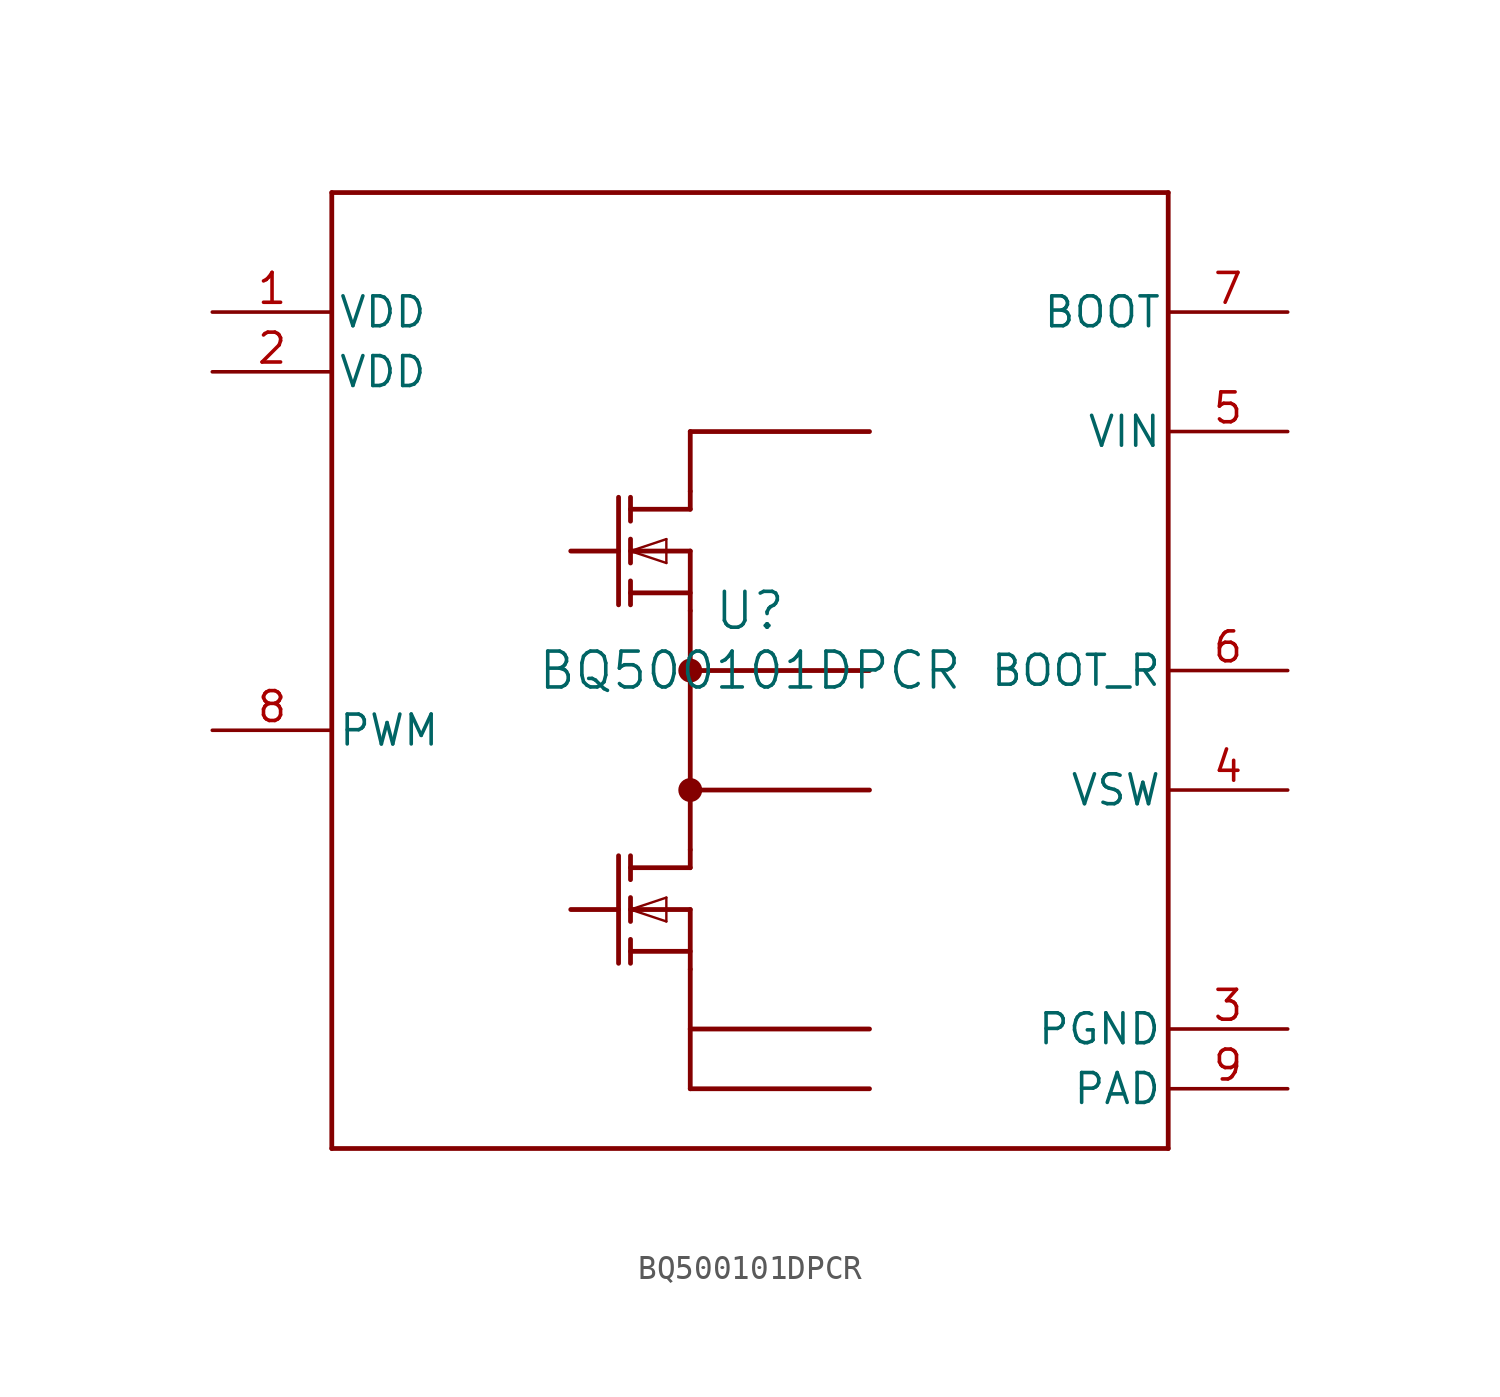
<source format=kicad_sym>
(kicad_symbol_lib
  (version 20211014)
  (generator kicad_symbol_editor)
  (symbol "BQ500101DPCR"
    (pin_names
      (offset 0.254))
    (property "Reference" "U"
      (at 0 2.54 0)
      (effects (font (size 1.524 1.524))))
    (property "Value" "BQ500101DPCR"
      (at 0 0 0)
      (effects (font (size 1.524 1.524))))
    (symbol "BQ500101DPCR_0_1"
      (polyline (pts (xy -17.78 -20.32) (xy 17.78 -20.32)) (stroke (width 0.203) (type default) (color 0 0 0 0)) (fill (type none)))
      (polyline (pts (xy 17.78 -20.32) (xy 17.78 20.32)) (stroke (width 0.203) (type default) (color 0 0 0 0)) (fill (type none)))
      (polyline (pts (xy 17.78 20.32) (xy -17.78 20.32)) (stroke (width 0.203) (type default) (color 0 0 0 0)) (fill (type none)))
      (polyline (pts (xy -17.78 20.32) (xy -17.78 -20.32)) (stroke (width 0.203) (type default) (color 0 0 0 0)) (fill (type none)))
      (polyline (pts (xy -2.54 6.858) (xy -5.08 6.858)) (stroke (width 0.203) (type default) (color 0 0 0 0)) (fill (type none)))
      (polyline (pts (xy -2.54 5.08) (xy -5.08 5.08)) (stroke (width 0.203) (type default) (color 0 0 0 0)) (fill (type none)))
      (polyline (pts (xy -2.54 3.302) (xy -5.08 3.302)) (stroke (width 0.203) (type default) (color 0 0 0 0)) (fill (type none)))
      (polyline (pts (xy -2.54 5.08) (xy -2.54 2.54)) (stroke (width 0.203) (type default) (color 0 0 0 0)) (fill (type none)))
      (polyline (pts (xy -5.588 7.366) (xy -5.588 2.794)) (stroke (width 0.203) (type default) (color 0 0 0 0)) (fill (type none)))
      (polyline (pts (xy -5.08 7.366) (xy -5.08 6.35)) (stroke (width 0.203) (type default) (color 0 0 0 0)) (fill (type none)))
      (polyline (pts (xy -5.08 4.572) (xy -5.08 5.588)) (stroke (width 0.203) (type default) (color 0 0 0 0)) (fill (type none)))
      (polyline (pts (xy -5.08 2.794) (xy -5.08 3.81)) (stroke (width 0.203) (type default) (color 0 0 0 0)) (fill (type none)))
      (polyline (pts (xy -7.62 5.08) (xy -5.588 5.08)) (stroke (width 0.203) (type default) (color 0 0 0 0)) (fill (type none)))
      (polyline (pts (xy -5.08 5.08) (xy -3.556 4.572)) (stroke (width 0.102) (type default) (color 0 0 0 0)) (fill (type none)))
      (polyline (pts (xy -3.556 4.572) (xy -3.556 5.588)) (stroke (width 0.102) (type default) (color 0 0 0 0)) (fill (type none)))
      (polyline (pts (xy -3.556 5.588) (xy -5.08 5.08)) (stroke (width 0.102) (type default) (color 0 0 0 0)) (fill (type none)))
      (polyline (pts (xy -2.54 6.858) (xy -2.54 7.62)) (stroke (width 0.203) (type default) (color 0 0 0 0)) (fill (type none)))
      (polyline (pts (xy -2.54 -8.382) (xy -5.08 -8.382)) (stroke (width 0.203) (type default) (color 0 0 0 0)) (fill (type none)))
      (polyline (pts (xy -2.54 -10.16) (xy -5.08 -10.16)) (stroke (width 0.203) (type default) (color 0 0 0 0)) (fill (type none)))
      (polyline (pts (xy -2.54 -11.938) (xy -5.08 -11.938)) (stroke (width 0.203) (type default) (color 0 0 0 0)) (fill (type none)))
      (polyline (pts (xy -2.54 -10.16) (xy -2.54 -12.7)) (stroke (width 0.203) (type default) (color 0 0 0 0)) (fill (type none)))
      (polyline (pts (xy -5.588 -7.874) (xy -5.588 -12.446)) (stroke (width 0.203) (type default) (color 0 0 0 0)) (fill (type none)))
      (polyline (pts (xy -5.08 -7.874) (xy -5.08 -8.89)) (stroke (width 0.203) (type default) (color 0 0 0 0)) (fill (type none)))
      (polyline (pts (xy -5.08 -10.668) (xy -5.08 -9.652)) (stroke (width 0.203) (type default) (color 0 0 0 0)) (fill (type none)))
      (polyline (pts (xy -5.08 -12.446) (xy -5.08 -11.43)) (stroke (width 0.203) (type default) (color 0 0 0 0)) (fill (type none)))
      (polyline (pts (xy -7.62 -10.16) (xy -5.588 -10.16)) (stroke (width 0.203) (type default) (color 0 0 0 0)) (fill (type none)))
      (polyline (pts (xy -5.08 -10.16) (xy -3.556 -10.668)) (stroke (width 0.102) (type default) (color 0 0 0 0)) (fill (type none)))
      (polyline (pts (xy -3.556 -10.668) (xy -3.556 -9.652)) (stroke (width 0.102) (type default) (color 0 0 0 0)) (fill (type none)))
      (polyline (pts (xy -3.556 -9.652) (xy -5.08 -10.16)) (stroke (width 0.102) (type default) (color 0 0 0 0)) (fill (type none)))
      (polyline (pts (xy -2.54 -8.382) (xy -2.54 -7.62)) (stroke (width 0.203) (type default) (color 0 0 0 0)) (fill (type none)))
      (polyline (pts (xy -2.54 -7.62) (xy -2.54 2.54)) (stroke (width 0.203) (type default) (color 0 0 0 0)) (fill (type none)))
      (polyline (pts (xy 5.08 10.16) (xy -2.54 10.16)) (stroke (width 0.203) (type default) (color 0 0 0 0)) (fill (type none)))
      (polyline (pts (xy -2.54 10.16) (xy -2.54 7.62)) (stroke (width 0.203) (type default) (color 0 0 0 0)) (fill (type none)))
      (polyline (pts (xy -2.54 0) (xy 5.08 0)) (stroke (width 0.203) (type default) (color 0 0 0 0)) (fill (type none)))
      (polyline (pts (xy -2.54 -5.08) (xy 5.08 -5.08)) (stroke (width 0.203) (type default) (color 0 0 0 0)) (fill (type none)))
      (polyline (pts (xy -2.54 -12.7) (xy -2.54 -15.24)) (stroke (width 0.203) (type default) (color 0 0 0 0)) (fill (type none)))
      (polyline (pts (xy -2.54 -15.24) (xy 5.08 -15.24)) (stroke (width 0.203) (type default) (color 0 0 0 0)) (fill (type none)))
      (polyline (pts (xy -2.54 -15.24) (xy -2.54 -17.78)) (stroke (width 0.203) (type default) (color 0 0 0 0)) (fill (type none)))
      (polyline (pts (xy -2.54 -17.78) (xy 5.08 -17.78)) (stroke (width 0.203) (type default) (color 0 0 0 0)) (fill (type none)))
      (circle (center -2.54 0) (radius 0.254) (stroke (width 0.508) (type default) (color 0 0 0 0)) (fill (type none)))
      (circle (center -2.54 -5.08) (radius 0.254) (stroke (width 0.508) (type default) (color 0 0 0 0)) (fill (type none)))
      (pin power_in line (at -22.86 15.24 0) (length 5.08) (name "VDD" (effects (font (size 1.27 1.27)))) (number "1" (effects (font (size 1.27 1.27)))))
      (pin power_in line (at -22.86 12.7 0) (length 5.08) (name "VDD" (effects (font (size 1.27 1.27)))) (number "2" (effects (font (size 1.27 1.27)))))
      (pin power_in line (at 22.86 -15.24 180) (length 5.08) (name "PGND" (effects (font (size 1.27 1.27)))) (number "3" (effects (font (size 1.27 1.27)))))
      (pin power_in line (at 22.86 -5.08 180) (length 5.08) (name "VSW" (effects (font (size 1.27 1.27)))) (number "4" (effects (font (size 1.27 1.27)))))
      (pin power_in line (at 22.86 10.16 180) (length 5.08) (name "VIN" (effects (font (size 1.27 1.27)))) (number "5" (effects (font (size 1.27 1.27)))))
      (pin power_in line (at 22.86 0 180) (length 5.08) (name "BOOT_R" (effects (font (size 1.27 1.27)))) (number "6" (effects (font (size 1.27 1.27)))))
      (pin power_in line (at 22.86 15.24 180) (length 5.08) (name "BOOT" (effects (font (size 1.27 1.27)))) (number "7" (effects (font (size 1.27 1.27)))))
      (pin input line (at -22.86 -2.54 0) (length 5.08) (name "PWM" (effects (font (size 1.27 1.27)))) (number "8" (effects (font (size 1.27 1.27)))))
      (pin power_in line (at 22.86 -17.78 180) (length 5.08) (name "PAD" (effects (font (size 1.27 1.27)))) (number "9" (effects (font (size 1.27 1.27))))))))
</source>
